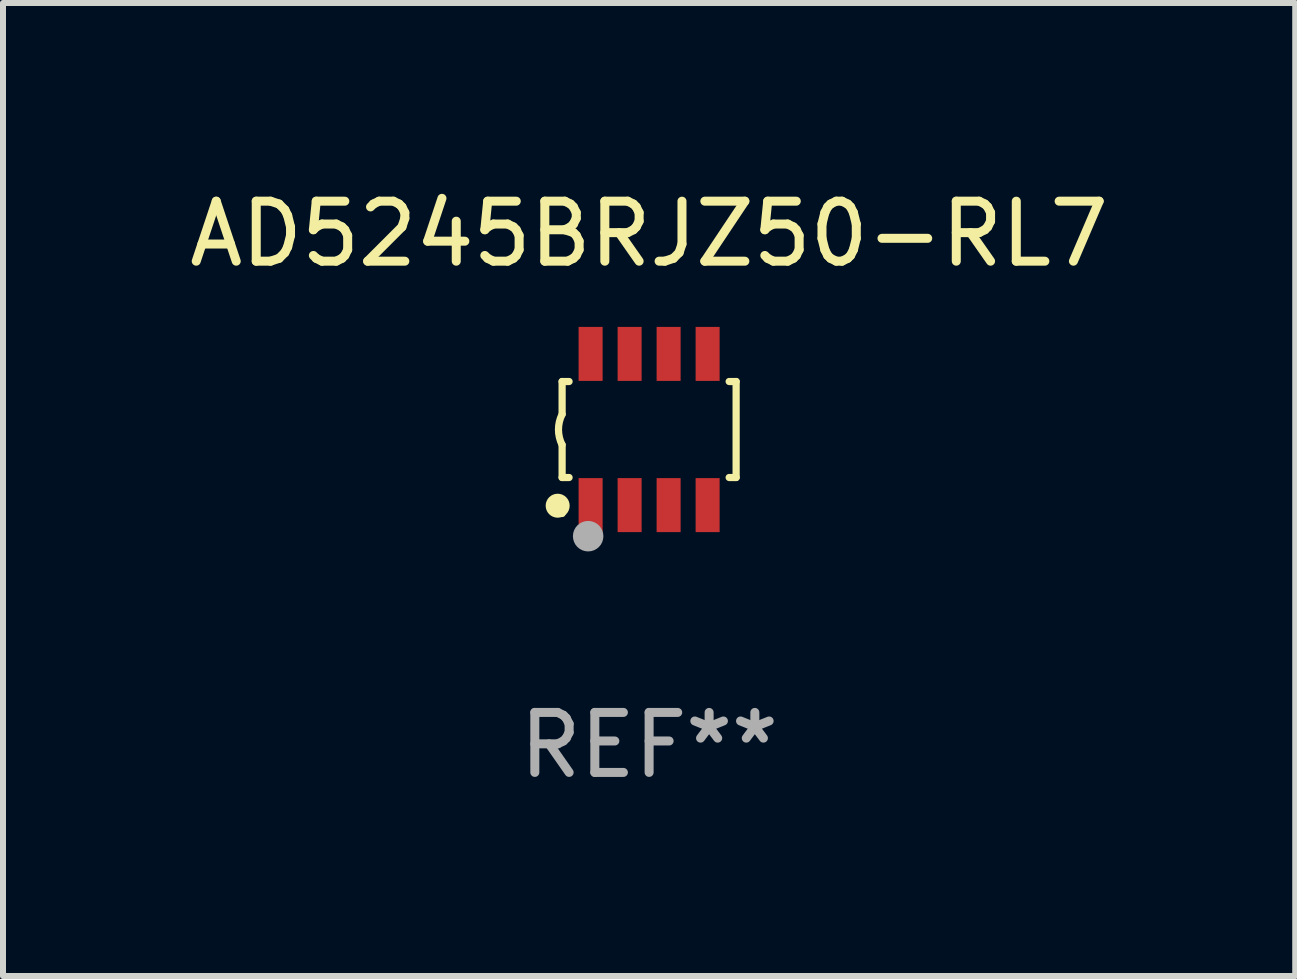
<source format=kicad_pcb>
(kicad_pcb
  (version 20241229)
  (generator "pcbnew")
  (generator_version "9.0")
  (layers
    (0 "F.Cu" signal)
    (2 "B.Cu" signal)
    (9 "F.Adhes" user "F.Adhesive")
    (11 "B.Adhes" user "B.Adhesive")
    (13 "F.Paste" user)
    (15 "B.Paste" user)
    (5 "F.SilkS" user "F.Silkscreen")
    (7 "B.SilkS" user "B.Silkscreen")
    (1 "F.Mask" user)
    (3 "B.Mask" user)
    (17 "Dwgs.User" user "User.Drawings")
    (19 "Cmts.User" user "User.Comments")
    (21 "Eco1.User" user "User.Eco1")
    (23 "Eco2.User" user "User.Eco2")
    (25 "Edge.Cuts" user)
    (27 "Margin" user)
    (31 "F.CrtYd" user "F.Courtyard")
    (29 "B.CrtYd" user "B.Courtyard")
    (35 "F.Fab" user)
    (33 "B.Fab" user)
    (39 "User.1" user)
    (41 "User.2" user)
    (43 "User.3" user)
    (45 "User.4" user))
  (footprint "AD5245BRJZ50-RL7"
    (layer "F.Cu")
    (at 7.768 4.108)
    (property "Reference" "AD5245BRJZ50-RL7" (at 0 -3.26 0) (layer "F.SilkS") (effects (font (size 1 1) (thickness 0.15))))
    (attr through_hole)
    (fp_line (start -1.45 -0.8) (end -1.45 -0.254) (stroke (width 0.12) (type solid)) (layer "F.SilkS"))
    (fp_line (start -1.45 -0.8) (end -1.334 -0.8) (stroke (width 0.12) (type solid)) (layer "F.SilkS"))
    (fp_line (start -1.45 0.8) (end -1.45 0.254) (stroke (width 0.12) (type solid)) (layer "F.SilkS"))
    (fp_line (start -1.45 0.8) (end -1.334 0.8) (stroke (width 0.12) (type solid)) (layer "F.SilkS"))
    (fp_line (start 1.334 -0.8) (end 1.45 -0.8) (stroke (width 0.12) (type solid)) (layer "F.SilkS"))
    (fp_line (start 1.334 0.8) (end 1.45 0.8) (stroke (width 0.12) (type solid)) (layer "F.SilkS"))
    (fp_line (start 1.45 0.8) (end 1.45 -0.8) (stroke (width 0.12) (type solid)) (layer "F.SilkS"))
    (fp_arc (start -1.45075 0.255144) (mid -1.510605 0.000434) (end -1.450013 -0.254102) (stroke (width 0.11999) (type solid)) (layer "F.SilkS"))
    (fp_circle (center -1.524 1.27) (end -1.424 1.27) (stroke (width 0.2) (type solid)) (fill no) (layer "F.SilkS"))
    (fp_circle (center -1.45 1.4) (end -1.42 1.4) (stroke (width 0.06) (type solid)) (fill no) (layer "F.SilkS"))
    (fp_circle (center -1.016 1.778) (end -0.889 1.778) (stroke (width 0.254) (type solid)) (fill no) (layer "F.Fab"))
    (fp_text user "REF**" (at 0 5.26 0) (layer "F.Fab") (effects (font (size 1 1) (thickness 0.15))))
    (pad "1" smd rect (at -0.975 1.26) (size 0.4 0.9) (layers "F.Cu" "F.Mask" "F.Paste"))
    (pad "2" smd rect (at -0.325 1.26) (size 0.4 0.9) (layers "F.Cu" "F.Mask" "F.Paste"))
    (pad "3" smd rect (at 0.325 1.26) (size 0.4 0.9) (layers "F.Cu" "F.Mask" "F.Paste"))
    (pad "4" smd rect (at 0.975 1.26) (size 0.4 0.9) (layers "F.Cu" "F.Mask" "F.Paste"))
    (pad "5" smd rect (at 0.975 -1.26) (size 0.4 0.9) (layers "F.Cu" "F.Mask" "F.Paste"))
    (pad "6" smd rect (at 0.325 -1.26) (size 0.4 0.9) (layers "F.Cu" "F.Mask" "F.Paste"))
    (pad "7" smd rect (at -0.325 -1.26) (size 0.4 0.9) (layers "F.Cu" "F.Mask" "F.Paste"))
    (pad "8" smd rect (at -0.975 -1.26) (size 0.4 0.9) (layers "F.Cu" "F.Mask" "F.Paste")))
  (gr_rect
    (start -3 -3)
    (end 18.536 13.216)
    (stroke (width 0.1) (type default))
    (fill no)
    (layer "Edge.Cuts")))
</source>
